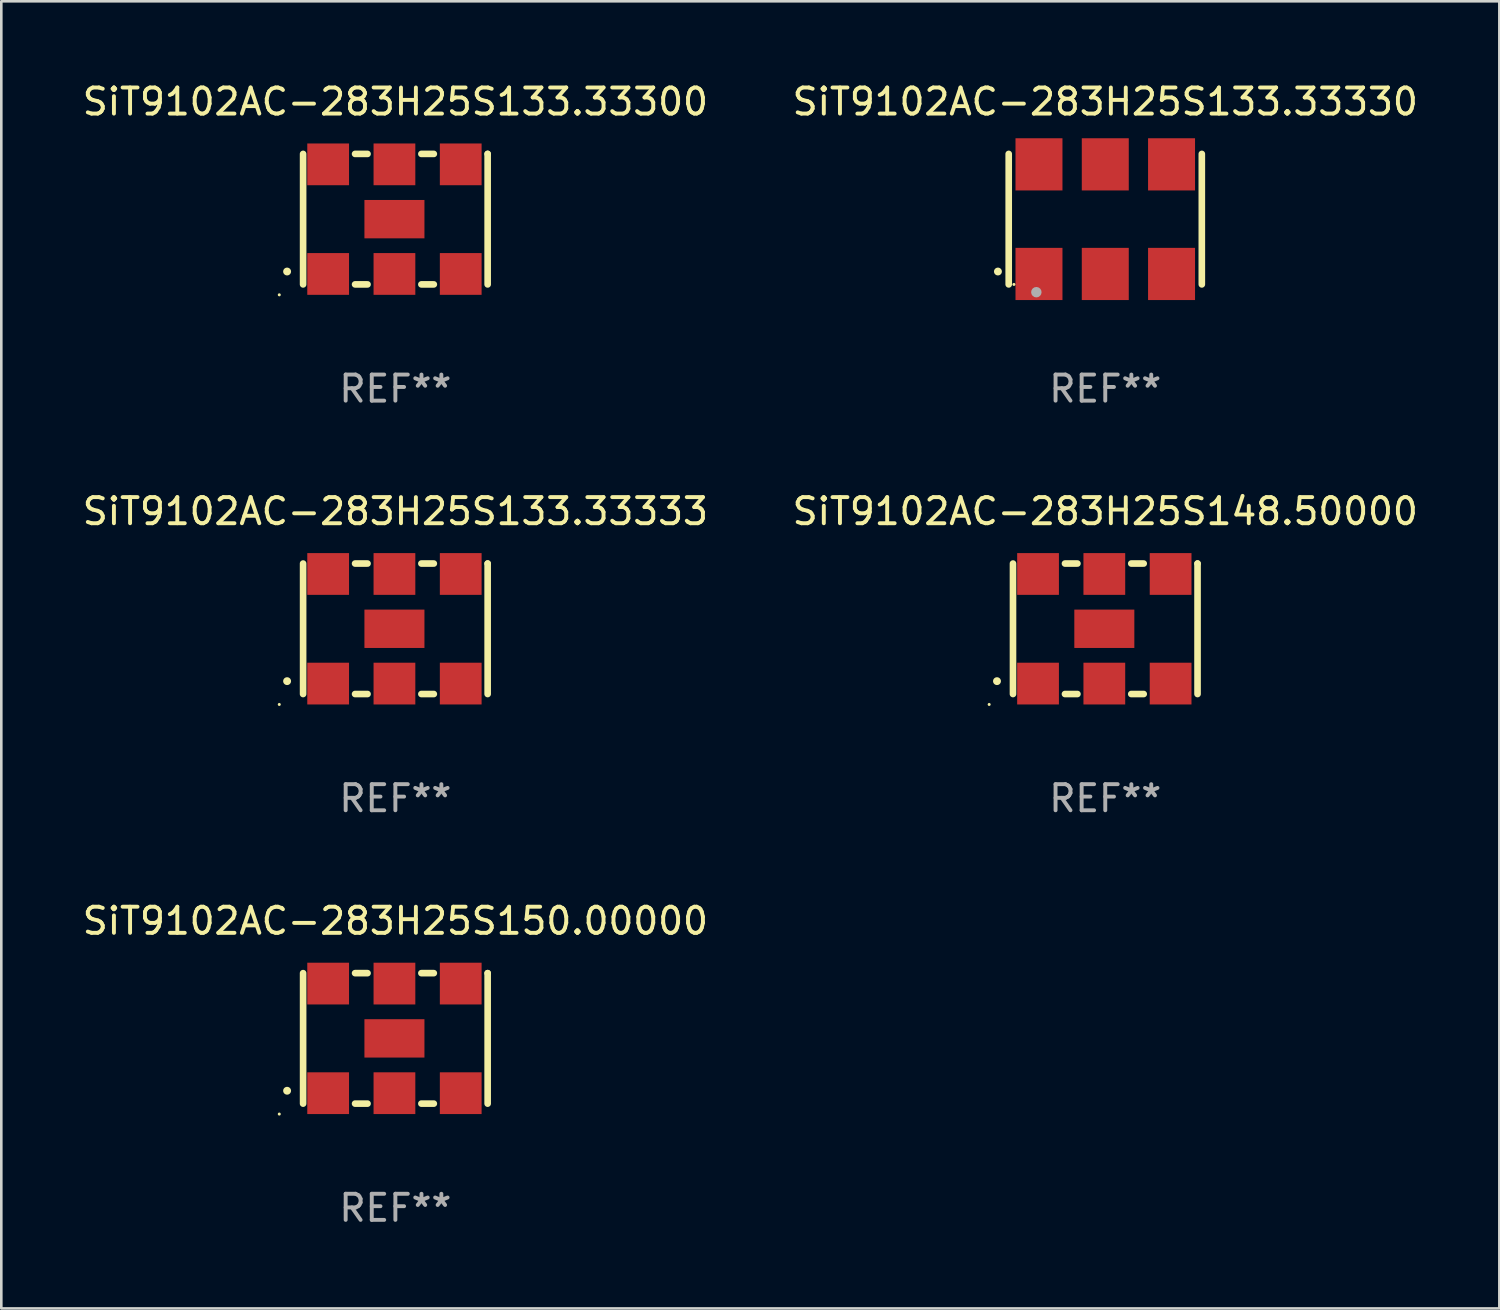
<source format=kicad_pcb>
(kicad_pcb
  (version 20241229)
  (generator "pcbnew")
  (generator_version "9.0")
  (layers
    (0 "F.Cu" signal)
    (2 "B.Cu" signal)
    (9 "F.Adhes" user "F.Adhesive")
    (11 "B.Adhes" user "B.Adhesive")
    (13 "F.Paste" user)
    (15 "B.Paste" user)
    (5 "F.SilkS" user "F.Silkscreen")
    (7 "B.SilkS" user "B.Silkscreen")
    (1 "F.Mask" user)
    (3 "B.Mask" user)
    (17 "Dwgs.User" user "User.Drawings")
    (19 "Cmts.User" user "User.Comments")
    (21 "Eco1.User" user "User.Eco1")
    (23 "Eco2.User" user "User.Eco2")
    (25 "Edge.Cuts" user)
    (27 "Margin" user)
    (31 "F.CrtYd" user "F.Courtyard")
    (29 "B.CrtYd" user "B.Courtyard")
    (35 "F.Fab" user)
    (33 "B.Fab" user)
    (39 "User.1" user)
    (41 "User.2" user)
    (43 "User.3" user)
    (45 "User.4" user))
  (footprint "SiT9102AC-283H25S133.33333"
    (layer "F.Cu")
    (at 12.101 21.045)
    (property "Reference" "SiT9102AC-283H25S133.33333" (at 0 -4.5 0) (layer "F.SilkS") (effects (font (size 1 1) (thickness 0.15))))
    (attr through_hole)
    (fp_line (start -3.536 -2.5) (end -3.536 2.5) (stroke (width 0.254) (type solid)) (layer "F.SilkS"))
    (fp_line (start -1.544 2.5) (end -1.067 2.5) (stroke (width 0.254) (type solid)) (layer "F.SilkS"))
    (fp_line (start -1.067 -2.5) (end -1.544 -2.5) (stroke (width 0.254) (type solid)) (layer "F.SilkS"))
    (fp_line (start 0.996 2.5) (end 1.473 2.5) (stroke (width 0.254) (type solid)) (layer "F.SilkS"))
    (fp_line (start 1.473 -2.5) (end 0.996 -2.5) (stroke (width 0.254) (type solid)) (layer "F.SilkS"))
    (fp_line (start 3.536 -2.5) (end 3.536 -2.5) (stroke (width 0.254) (type solid)) (layer "F.SilkS"))
    (fp_line (start 3.536 2.5) (end 3.536 -2.5) (stroke (width 0.254) (type solid)) (layer "F.SilkS"))
    (fp_arc (start -4.150432 2.006604) (mid -4.149162 2.006599) (end -4.147892 2.006604) (stroke (width 0.3) (type solid)) (layer "F.SilkS"))
    (fp_circle (center -4.449 2.9) (end -4.419 2.9) (stroke (width 0.06) (type solid)) (fill no) (layer "F.SilkS"))
    (fp_text user "REF**" (at 0 6.5 0) (layer "F.Fab") (effects (font (size 1 1) (thickness 0.15))))
    (pad "1" smd rect (at -2.576 2.1) (size 1.6 1.6) (layers "F.Cu" "F.Mask" "F.Paste"))
    (pad "2" smd rect (at -0.036 2.1) (size 1.6 1.6) (layers "F.Cu" "F.Mask" "F.Paste"))
    (pad "3" smd rect (at 2.504 2.1) (size 1.6 1.6) (layers "F.Cu" "F.Mask" "F.Paste"))
    (pad "4" smd rect (at 2.504 -2.1) (size 1.6 1.6) (layers "F.Cu" "F.Mask" "F.Paste"))
    (pad "5" smd rect (at -0.036 -2.1) (size 1.6 1.6) (layers "F.Cu" "F.Mask" "F.Paste"))
    (pad "6" smd rect (at -2.576 -2.1) (size 1.6 1.6) (layers "F.Cu" "F.Mask" "F.Paste"))
    (pad "7" smd rect (at -0.036 0) (size 2.3 1.47) (layers "F.Cu" "F.Mask" "F.Paste")))
  (footprint "SiT9102AC-283H25S133.33300"
    (layer "F.Cu")
    (at 12.101 5.348)
    (property "Reference" "SiT9102AC-283H25S133.33300" (at 0 -4.5 0) (layer "F.SilkS") (effects (font (size 1 1) (thickness 0.15))))
    (attr through_hole)
    (fp_line (start -3.536 -2.5) (end -3.536 2.5) (stroke (width 0.254) (type solid)) (layer "F.SilkS"))
    (fp_line (start -1.544 2.5) (end -1.067 2.5) (stroke (width 0.254) (type solid)) (layer "F.SilkS"))
    (fp_line (start -1.067 -2.5) (end -1.544 -2.5) (stroke (width 0.254) (type solid)) (layer "F.SilkS"))
    (fp_line (start 0.996 2.5) (end 1.473 2.5) (stroke (width 0.254) (type solid)) (layer "F.SilkS"))
    (fp_line (start 1.473 -2.5) (end 0.996 -2.5) (stroke (width 0.254) (type solid)) (layer "F.SilkS"))
    (fp_line (start 3.536 -2.5) (end 3.536 -2.5) (stroke (width 0.254) (type solid)) (layer "F.SilkS"))
    (fp_line (start 3.536 2.5) (end 3.536 -2.5) (stroke (width 0.254) (type solid)) (layer "F.SilkS"))
    (fp_arc (start -4.150432 2.006604) (mid -4.149162 2.006599) (end -4.147892 2.006604) (stroke (width 0.3) (type solid)) (layer "F.SilkS"))
    (fp_circle (center -4.449 2.9) (end -4.419 2.9) (stroke (width 0.06) (type solid)) (fill no) (layer "F.SilkS"))
    (fp_text user "REF**" (at 0 6.5 0) (layer "F.Fab") (effects (font (size 1 1) (thickness 0.15))))
    (pad "1" smd rect (at -2.576 2.1) (size 1.6 1.6) (layers "F.Cu" "F.Mask" "F.Paste"))
    (pad "2" smd rect (at -0.036 2.1) (size 1.6 1.6) (layers "F.Cu" "F.Mask" "F.Paste"))
    (pad "3" smd rect (at 2.504 2.1) (size 1.6 1.6) (layers "F.Cu" "F.Mask" "F.Paste"))
    (pad "4" smd rect (at 2.504 -2.1) (size 1.6 1.6) (layers "F.Cu" "F.Mask" "F.Paste"))
    (pad "5" smd rect (at -0.036 -2.1) (size 1.6 1.6) (layers "F.Cu" "F.Mask" "F.Paste"))
    (pad "6" smd rect (at -2.576 -2.1) (size 1.6 1.6) (layers "F.Cu" "F.Mask" "F.Paste"))
    (pad "7" smd rect (at -0.036 0) (size 2.3 1.47) (layers "F.Cu" "F.Mask" "F.Paste")))
  (footprint "SiT9102AC-283H25S150.00000"
    (layer "F.Cu")
    (at 12.101 36.741)
    (property "Reference" "SiT9102AC-283H25S150.00000" (at 0 -4.5 0) (layer "F.SilkS") (effects (font (size 1 1) (thickness 0.15))))
    (attr through_hole)
    (fp_line (start -3.536 -2.5) (end -3.536 2.5) (stroke (width 0.254) (type solid)) (layer "F.SilkS"))
    (fp_line (start -1.544 2.5) (end -1.067 2.5) (stroke (width 0.254) (type solid)) (layer "F.SilkS"))
    (fp_line (start -1.067 -2.5) (end -1.544 -2.5) (stroke (width 0.254) (type solid)) (layer "F.SilkS"))
    (fp_line (start 0.996 2.5) (end 1.473 2.5) (stroke (width 0.254) (type solid)) (layer "F.SilkS"))
    (fp_line (start 1.473 -2.5) (end 0.996 -2.5) (stroke (width 0.254) (type solid)) (layer "F.SilkS"))
    (fp_line (start 3.536 -2.5) (end 3.536 -2.5) (stroke (width 0.254) (type solid)) (layer "F.SilkS"))
    (fp_line (start 3.536 2.5) (end 3.536 -2.5) (stroke (width 0.254) (type solid)) (layer "F.SilkS"))
    (fp_arc (start -4.150432 2.006604) (mid -4.149162 2.006599) (end -4.147892 2.006604) (stroke (width 0.3) (type solid)) (layer "F.SilkS"))
    (fp_circle (center -4.449 2.9) (end -4.419 2.9) (stroke (width 0.06) (type solid)) (fill no) (layer "F.SilkS"))
    (fp_text user "REF**" (at 0 6.5 0) (layer "F.Fab") (effects (font (size 1 1) (thickness 0.15))))
    (pad "1" smd rect (at -2.576 2.1) (size 1.6 1.6) (layers "F.Cu" "F.Mask" "F.Paste"))
    (pad "2" smd rect (at -0.036 2.1) (size 1.6 1.6) (layers "F.Cu" "F.Mask" "F.Paste"))
    (pad "3" smd rect (at 2.504 2.1) (size 1.6 1.6) (layers "F.Cu" "F.Mask" "F.Paste"))
    (pad "4" smd rect (at 2.504 -2.1) (size 1.6 1.6) (layers "F.Cu" "F.Mask" "F.Paste"))
    (pad "5" smd rect (at -0.036 -2.1) (size 1.6 1.6) (layers "F.Cu" "F.Mask" "F.Paste"))
    (pad "6" smd rect (at -2.576 -2.1) (size 1.6 1.6) (layers "F.Cu" "F.Mask" "F.Paste"))
    (pad "7" smd rect (at -0.036 0) (size 2.3 1.47) (layers "F.Cu" "F.Mask" "F.Paste")))
  (footprint "SiT9102AC-283H25S148.50000"
    (layer "F.Cu")
    (at 39.304 21.045)
    (property "Reference" "SiT9102AC-283H25S148.50000" (at 0 -4.5 0) (layer "F.SilkS") (effects (font (size 1 1) (thickness 0.15))))
    (attr through_hole)
    (fp_line (start -3.536 -2.5) (end -3.536 2.5) (stroke (width 0.254) (type solid)) (layer "F.SilkS"))
    (fp_line (start -1.544 2.5) (end -1.067 2.5) (stroke (width 0.254) (type solid)) (layer "F.SilkS"))
    (fp_line (start -1.067 -2.5) (end -1.544 -2.5) (stroke (width 0.254) (type solid)) (layer "F.SilkS"))
    (fp_line (start 0.996 2.5) (end 1.473 2.5) (stroke (width 0.254) (type solid)) (layer "F.SilkS"))
    (fp_line (start 1.473 -2.5) (end 0.996 -2.5) (stroke (width 0.254) (type solid)) (layer "F.SilkS"))
    (fp_line (start 3.536 -2.5) (end 3.536 -2.5) (stroke (width 0.254) (type solid)) (layer "F.SilkS"))
    (fp_line (start 3.536 2.5) (end 3.536 -2.5) (stroke (width 0.254) (type solid)) (layer "F.SilkS"))
    (fp_arc (start -4.150432 2.006604) (mid -4.149162 2.006599) (end -4.147892 2.006604) (stroke (width 0.3) (type solid)) (layer "F.SilkS"))
    (fp_circle (center -4.449 2.9) (end -4.419 2.9) (stroke (width 0.06) (type solid)) (fill no) (layer "F.SilkS"))
    (fp_text user "REF**" (at 0 6.5 0) (layer "F.Fab") (effects (font (size 1 1) (thickness 0.15))))
    (pad "1" smd rect (at -2.576 2.1) (size 1.6 1.6) (layers "F.Cu" "F.Mask" "F.Paste"))
    (pad "2" smd rect (at -0.036 2.1) (size 1.6 1.6) (layers "F.Cu" "F.Mask" "F.Paste"))
    (pad "3" smd rect (at 2.504 2.1) (size 1.6 1.6) (layers "F.Cu" "F.Mask" "F.Paste"))
    (pad "4" smd rect (at 2.504 -2.1) (size 1.6 1.6) (layers "F.Cu" "F.Mask" "F.Paste"))
    (pad "5" smd rect (at -0.036 -2.1) (size 1.6 1.6) (layers "F.Cu" "F.Mask" "F.Paste"))
    (pad "6" smd rect (at -2.576 -2.1) (size 1.6 1.6) (layers "F.Cu" "F.Mask" "F.Paste"))
    (pad "7" smd rect (at -0.036 0) (size 2.3 1.47) (layers "F.Cu" "F.Mask" "F.Paste")))
  (footprint "SiT9102AC-283H25S133.33330"
    (layer "F.Cu")
    (at 39.304 5.348)
    (property "Reference" "SiT9102AC-283H25S133.33330" (at 0 -4.5 0) (layer "F.SilkS") (effects (font (size 1 1) (thickness 0.15))))
    (attr through_hole)
    (fp_line (start -3.7 -2.5) (end -3.7 2.5) (stroke (width 0.254) (type solid)) (layer "F.SilkS"))
    (fp_line (start 3.7 -2.5) (end 3.7 2.5) (stroke (width 0.254) (type solid)) (layer "F.SilkS"))
    (fp_arc (start -4.114415 2.006604) (mid -4.113145 2.006599) (end -4.111875 2.006604) (stroke (width 0.3) (type solid)) (layer "F.SilkS"))
    (fp_circle (center -3.5 2.501) (end -3.47 2.501) (stroke (width 0.06) (type solid)) (fill no) (layer "F.SilkS"))
    (fp_circle (center -2.641 2.799) (end -2.541 2.799) (stroke (width 0.2) (type solid)) (fill no) (layer "F.Fab"))
    (fp_text user "REF**" (at 0 6.5 0) (layer "F.Fab") (effects (font (size 1 1) (thickness 0.15))))
    (pad "1" smd rect (at -2.54 2.1) (size 1.8 2) (layers "F.Cu" "F.Mask" "F.Paste"))
    (pad "2" smd rect (at 0.000394 2.1) (size 1.8 2) (layers "F.Cu" "F.Mask" "F.Paste"))
    (pad "3" smd rect (at 2.54 2.1) (size 1.8 2) (layers "F.Cu" "F.Mask" "F.Paste"))
    (pad "4" smd rect (at 2.54 -2.1) (size 1.8 2) (layers "F.Cu" "F.Mask" "F.Paste"))
    (pad "5" smd rect (at 0.000394 -2.1) (size 1.8 2) (layers "F.Cu" "F.Mask" "F.Paste"))
    (pad "6" smd rect (at -2.54 -2.1) (size 1.8 2) (layers "F.Cu" "F.Mask" "F.Paste")))
  (gr_rect
    (start -3 -3)
    (end 54.405 47.09)
    (stroke (width 0.1) (type default))
    (fill no)
    (layer "Edge.Cuts")))
</source>
